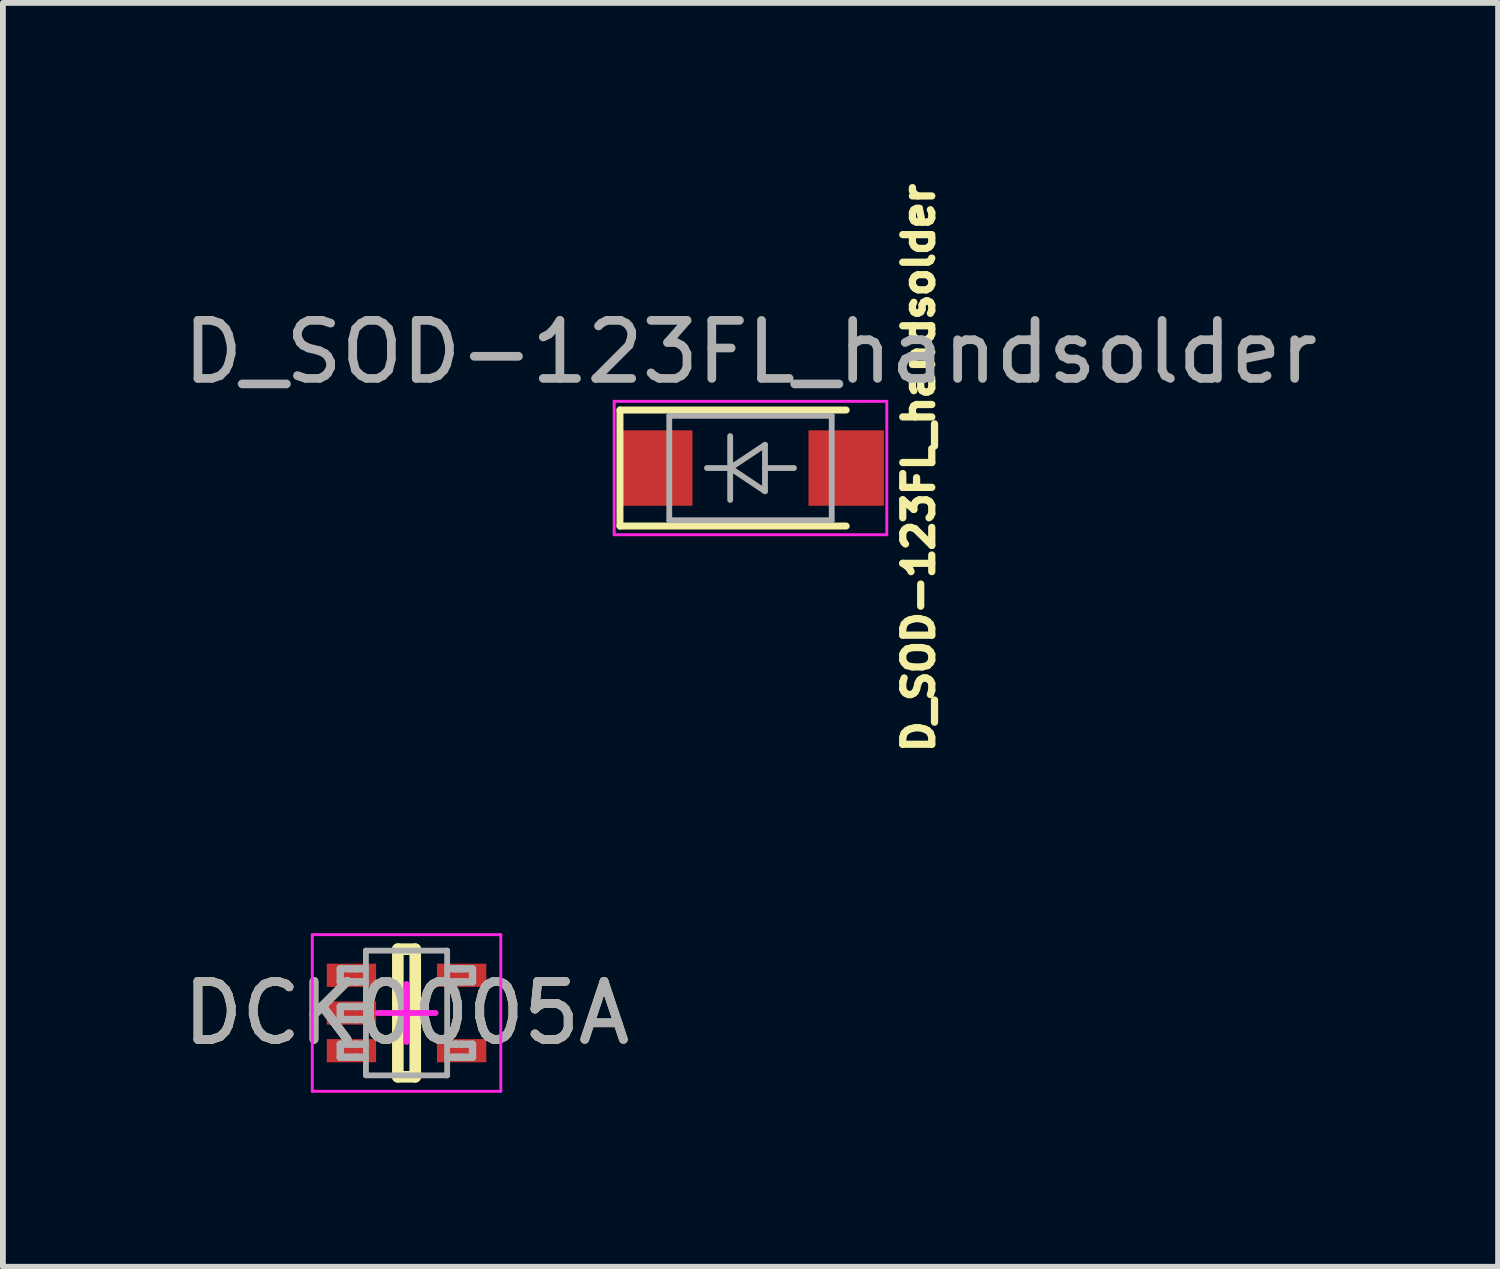
<source format=kicad_pcb>
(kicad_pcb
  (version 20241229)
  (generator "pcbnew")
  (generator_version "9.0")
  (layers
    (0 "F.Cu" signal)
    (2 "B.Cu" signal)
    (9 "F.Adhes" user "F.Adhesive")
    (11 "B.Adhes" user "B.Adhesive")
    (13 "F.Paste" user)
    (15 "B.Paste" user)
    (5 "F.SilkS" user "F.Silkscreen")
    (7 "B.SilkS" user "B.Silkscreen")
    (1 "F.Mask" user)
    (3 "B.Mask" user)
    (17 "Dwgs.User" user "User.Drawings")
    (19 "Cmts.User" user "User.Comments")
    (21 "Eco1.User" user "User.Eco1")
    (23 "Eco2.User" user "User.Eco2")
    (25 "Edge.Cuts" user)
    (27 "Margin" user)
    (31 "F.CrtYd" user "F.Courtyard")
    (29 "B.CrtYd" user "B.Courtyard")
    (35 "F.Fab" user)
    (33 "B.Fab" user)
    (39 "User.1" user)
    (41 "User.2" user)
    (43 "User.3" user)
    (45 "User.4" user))
  (footprint "D_SOD-123FL_handsolder"
    (layer "F.Cu")
    (at 9.887 5.018)
    (property "Reference" "D_SOD-123FL_handsolder" (at 2.9 0 90) (layer "F.SilkS") (effects (font (size 0.5 0.5) (thickness 0.125))))
    (attr smd)
    (fp_line (start -2.25 -1) (end -2.25 1) (stroke (width 0.12) (type solid)) (layer "F.SilkS"))
    (fp_line (start -2.25 -1) (end 1.65 -1) (stroke (width 0.12) (type solid)) (layer "F.SilkS"))
    (fp_line (start -2.25 1) (end 1.65 1) (stroke (width 0.12) (type solid)) (layer "F.SilkS"))
    (fp_line (start -2.35 -1.15) (end -2.35 1.15) (stroke (width 0.05) (type solid)) (layer "F.CrtYd"))
    (fp_line (start -2.35 -1.15) (end 2.35 -1.15) (stroke (width 0.05) (type solid)) (layer "F.CrtYd"))
    (fp_line (start 2.35 -1.15) (end 2.35 1.15) (stroke (width 0.05) (type solid)) (layer "F.CrtYd"))
    (fp_line (start 2.35 1.15) (end -2.35 1.15) (stroke (width 0.05) (type solid)) (layer "F.CrtYd"))
    (fp_line (start -1.4 -0.9) (end 1.4 -0.9) (stroke (width 0.1) (type solid)) (layer "F.Fab"))
    (fp_line (start -1.4 0.9) (end -1.4 -0.9) (stroke (width 0.1) (type solid)) (layer "F.Fab"))
    (fp_line (start -0.75 0) (end -0.35 0) (stroke (width 0.1) (type solid)) (layer "F.Fab"))
    (fp_line (start -0.35 0) (end -0.35 -0.55) (stroke (width 0.1) (type solid)) (layer "F.Fab"))
    (fp_line (start -0.35 0) (end -0.35 0.55) (stroke (width 0.1) (type solid)) (layer "F.Fab"))
    (fp_line (start -0.35 0) (end 0.25 -0.4) (stroke (width 0.1) (type solid)) (layer "F.Fab"))
    (fp_line (start 0.25 -0.4) (end 0.25 0.4) (stroke (width 0.1) (type solid)) (layer "F.Fab"))
    (fp_line (start 0.25 0) (end 0.75 0) (stroke (width 0.1) (type solid)) (layer "F.Fab"))
    (fp_line (start 0.25 0.4) (end -0.35 0) (stroke (width 0.1) (type solid)) (layer "F.Fab"))
    (fp_line (start 1.4 -0.9) (end 1.4 0.9) (stroke (width 0.1) (type solid)) (layer "F.Fab"))
    (fp_line (start 1.4 0.9) (end -1.4 0.9) (stroke (width 0.1) (type solid)) (layer "F.Fab"))
    (fp_text user "${REFERENCE}" (at 0 -2 0) (layer "F.Fab") (effects (font (size 1 1) (thickness 0.15))))
    (pad "1" smd rect (at -1.65 0 180) (size 1.3 1.3) (layers "F.Cu" "F.Mask" "F.Paste"))
    (pad "2" smd rect (at 1.65 0 180) (size 1.3 1.3) (layers "F.Cu" "F.Mask" "F.Paste")))
  (footprint "DCK0005A"
    (layer "F.Cu")
    (at 3.958 14.412)
    (property "Reference" "DCK0005A" (at 0 0 0) (unlocked yes) (layer "F.SilkS") (effects (font (size 1 1) (thickness 0.15))))
    (attr smd)
    (fp_line (start -0.15 -1.1) (end 0.15 -1.1) (stroke (width 0.2) (type solid)) (layer "F.SilkS"))
    (fp_line (start -0.15 1.1) (end -0.15 -1.1) (stroke (width 0.2) (type solid)) (layer "F.SilkS"))
    (fp_line (start -0.15 1.1) (end 0.15 1.1) (stroke (width 0.2) (type solid)) (layer "F.SilkS"))
    (fp_line (start 0.15 1.1) (end 0.15 -1.1) (stroke (width 0.2) (type solid)) (layer "F.SilkS"))
    (fp_line (start -1.625 -1.35) (end 1.625 -1.35) (stroke (width 0.05) (type solid)) (layer "F.CrtYd"))
    (fp_line (start -1.625 1.35) (end -1.625 -1.35) (stroke (width 0.05) (type solid)) (layer "F.CrtYd"))
    (fp_line (start -1.625 1.35) (end 1.625 1.35) (stroke (width 0.05) (type solid)) (layer "F.CrtYd"))
    (fp_line (start -0.5 0) (end 0.5 0) (stroke (width 0.1) (type solid)) (layer "F.CrtYd"))
    (fp_line (start 0.000003 0.5) (end 0.000003 -0.5) (stroke (width 0.1) (type solid)) (layer "F.CrtYd"))
    (fp_line (start 1.625 1.35) (end 1.625 -1.35) (stroke (width 0.05) (type solid)) (layer "F.CrtYd"))
    (fp_line (start -1.143 -0.762) (end -0.959 -0.762) (stroke (width 0.127) (type solid)) (layer "F.Fab"))
    (fp_line (start -1.143 -0.537) (end -1.143 -0.762) (stroke (width 0.127) (type solid)) (layer "F.Fab"))
    (fp_line (start -1.143 -0.537) (end -0.959 -0.537) (stroke (width 0.127) (type solid)) (layer "F.Fab"))
    (fp_line (start -1.143 -0.112) (end -0.959 -0.112) (stroke (width 0.127) (type solid)) (layer "F.Fab"))
    (fp_line (start -1.143 0.113) (end -1.143 -0.112) (stroke (width 0.127) (type solid)) (layer "F.Fab"))
    (fp_line (start -1.143 0.113) (end -0.959 0.113) (stroke (width 0.127) (type solid)) (layer "F.Fab"))
    (fp_line (start -1.143 0.538) (end -0.959 0.538) (stroke (width 0.127) (type solid)) (layer "F.Fab"))
    (fp_line (start -1.143 0.763) (end -1.143 0.538) (stroke (width 0.127) (type solid)) (layer "F.Fab"))
    (fp_line (start -1.143 0.763) (end -0.959 0.763) (stroke (width 0.127) (type solid)) (layer "F.Fab"))
    (fp_line (start -0.959 -0.762) (end -0.711 -0.762) (stroke (width 0.127) (type solid)) (layer "F.Fab"))
    (fp_line (start -0.959 -0.537) (end -0.865 -0.537) (stroke (width 0.127) (type solid)) (layer "F.Fab"))
    (fp_line (start -0.959 -0.112) (end -0.865 -0.112) (stroke (width 0.127) (type solid)) (layer "F.Fab"))
    (fp_line (start -0.959 0.113) (end -0.865 0.113) (stroke (width 0.127) (type solid)) (layer "F.Fab"))
    (fp_line (start -0.959 0.538) (end -0.865 0.538) (stroke (width 0.127) (type solid)) (layer "F.Fab"))
    (fp_line (start -0.959 0.763) (end -0.865 0.763) (stroke (width 0.127) (type solid)) (layer "F.Fab"))
    (fp_line (start -0.865 -0.762) (end -0.853 -0.762) (stroke (width 0.127) (type solid)) (layer "F.Fab"))
    (fp_line (start -0.865 -0.537) (end -0.853 -0.537) (stroke (width 0.127) (type solid)) (layer "F.Fab"))
    (fp_line (start -0.865 -0.112) (end -0.853 -0.112) (stroke (width 0.127) (type solid)) (layer "F.Fab"))
    (fp_line (start -0.865 0.113) (end -0.853 0.113) (stroke (width 0.127) (type solid)) (layer "F.Fab"))
    (fp_line (start -0.865 0.538) (end -0.853 0.538) (stroke (width 0.127) (type solid)) (layer "F.Fab"))
    (fp_line (start -0.865 0.763) (end -0.853 0.763) (stroke (width 0.127) (type solid)) (layer "F.Fab"))
    (fp_line (start -0.853 -0.537) (end -0.711 -0.537) (stroke (width 0.127) (type solid)) (layer "F.Fab"))
    (fp_line (start -0.853 -0.112) (end -0.711 -0.112) (stroke (width 0.127) (type solid)) (layer "F.Fab"))
    (fp_line (start -0.853 0.113) (end -0.711 0.113) (stroke (width 0.127) (type solid)) (layer "F.Fab"))
    (fp_line (start -0.853 0.538) (end -0.711 0.538) (stroke (width 0.127) (type solid)) (layer "F.Fab"))
    (fp_line (start -0.853 0.763) (end -0.711 0.763) (stroke (width 0.127) (type solid)) (layer "F.Fab"))
    (fp_line (start -0.7 -1.075) (end 0.7 -1.075) (stroke (width 0.1) (type solid)) (layer "F.Fab"))
    (fp_line (start -0.7 1.075) (end -0.7 -1.075) (stroke (width 0.1) (type solid)) (layer "F.Fab"))
    (fp_line (start -0.7 1.075) (end 0.7 1.075) (stroke (width 0.1) (type solid)) (layer "F.Fab"))
    (fp_line (start 0.7 1.075) (end 0.7 -1.075) (stroke (width 0.1) (type solid)) (layer "F.Fab"))
    (fp_line (start 0.711 -0.762) (end 0.847 -0.762) (stroke (width 0.127) (type solid)) (layer "F.Fab"))
    (fp_line (start 0.711 -0.537) (end 0.847 -0.537) (stroke (width 0.127) (type solid)) (layer "F.Fab"))
    (fp_line (start 0.711 0.538) (end 0.847 0.538) (stroke (width 0.127) (type solid)) (layer "F.Fab"))
    (fp_line (start 0.711 0.763) (end 0.847 0.763) (stroke (width 0.127) (type solid)) (layer "F.Fab"))
    (fp_line (start 0.847 -0.762) (end 0.859 -0.762) (stroke (width 0.127) (type solid)) (layer "F.Fab"))
    (fp_line (start 0.847 -0.537) (end 0.859 -0.537) (stroke (width 0.127) (type solid)) (layer "F.Fab"))
    (fp_line (start 0.847 0.538) (end 0.859 0.538) (stroke (width 0.127) (type solid)) (layer "F.Fab"))
    (fp_line (start 0.847 0.763) (end 0.859 0.763) (stroke (width 0.127) (type solid)) (layer "F.Fab"))
    (fp_line (start 0.859 -0.762) (end 0.953 -0.762) (stroke (width 0.127) (type solid)) (layer "F.Fab"))
    (fp_line (start 0.859 -0.537) (end 0.953 -0.537) (stroke (width 0.127) (type solid)) (layer "F.Fab"))
    (fp_line (start 0.859 0.538) (end 0.953 0.538) (stroke (width 0.127) (type solid)) (layer "F.Fab"))
    (fp_line (start 0.859 0.763) (end 0.953 0.763) (stroke (width 0.127) (type solid)) (layer "F.Fab"))
    (fp_line (start 0.953 -0.762) (end 1.137 -0.762) (stroke (width 0.127) (type solid)) (layer "F.Fab"))
    (fp_line (start 0.953 -0.537) (end 1.137 -0.537) (stroke (width 0.127) (type solid)) (layer "F.Fab"))
    (fp_line (start 0.953 0.538) (end 1.137 0.538) (stroke (width 0.127) (type solid)) (layer "F.Fab"))
    (fp_line (start 0.953 0.763) (end 1.137 0.763) (stroke (width 0.127) (type solid)) (layer "F.Fab"))
    (fp_line (start 1.137 -0.537) (end 1.137 -0.762) (stroke (width 0.127) (type solid)) (layer "F.Fab"))
    (fp_line (start 1.137 0.763) (end 1.137 0.538) (stroke (width 0.127) (type solid)) (layer "F.Fab"))
    (fp_text user "${REFERENCE}" (at 0 0 0) (unlocked yes) (layer "F.Fab") (effects (font (size 1 1) (thickness 0.15))))
    (pad "1" smd rect (at -0.95 -0.65 90) (size 0.4 0.85) (layers "F.Cu" "F.Mask" "F.Paste"))
    (pad "2" smd rect (at -0.95 0 90) (size 0.4 0.85) (layers "F.Cu" "F.Mask" "F.Paste"))
    (pad "3" smd rect (at -0.95 0.65 90) (size 0.4 0.85) (layers "F.Cu" "F.Mask" "F.Paste"))
    (pad "4" smd rect (at 0.95 0.65 90) (size 0.4 0.85) (layers "F.Cu" "F.Mask" "F.Paste"))
    (pad "5" smd rect (at 0.95 -0.65 90) (size 0.4 0.85) (layers "F.Cu" "F.Mask" "F.Paste")))
  (gr_rect
    (start -3 -3)
    (end 22.774 18.787)
    (stroke (width 0.1) (type default))
    (fill no)
    (layer "Edge.Cuts")))
</source>
